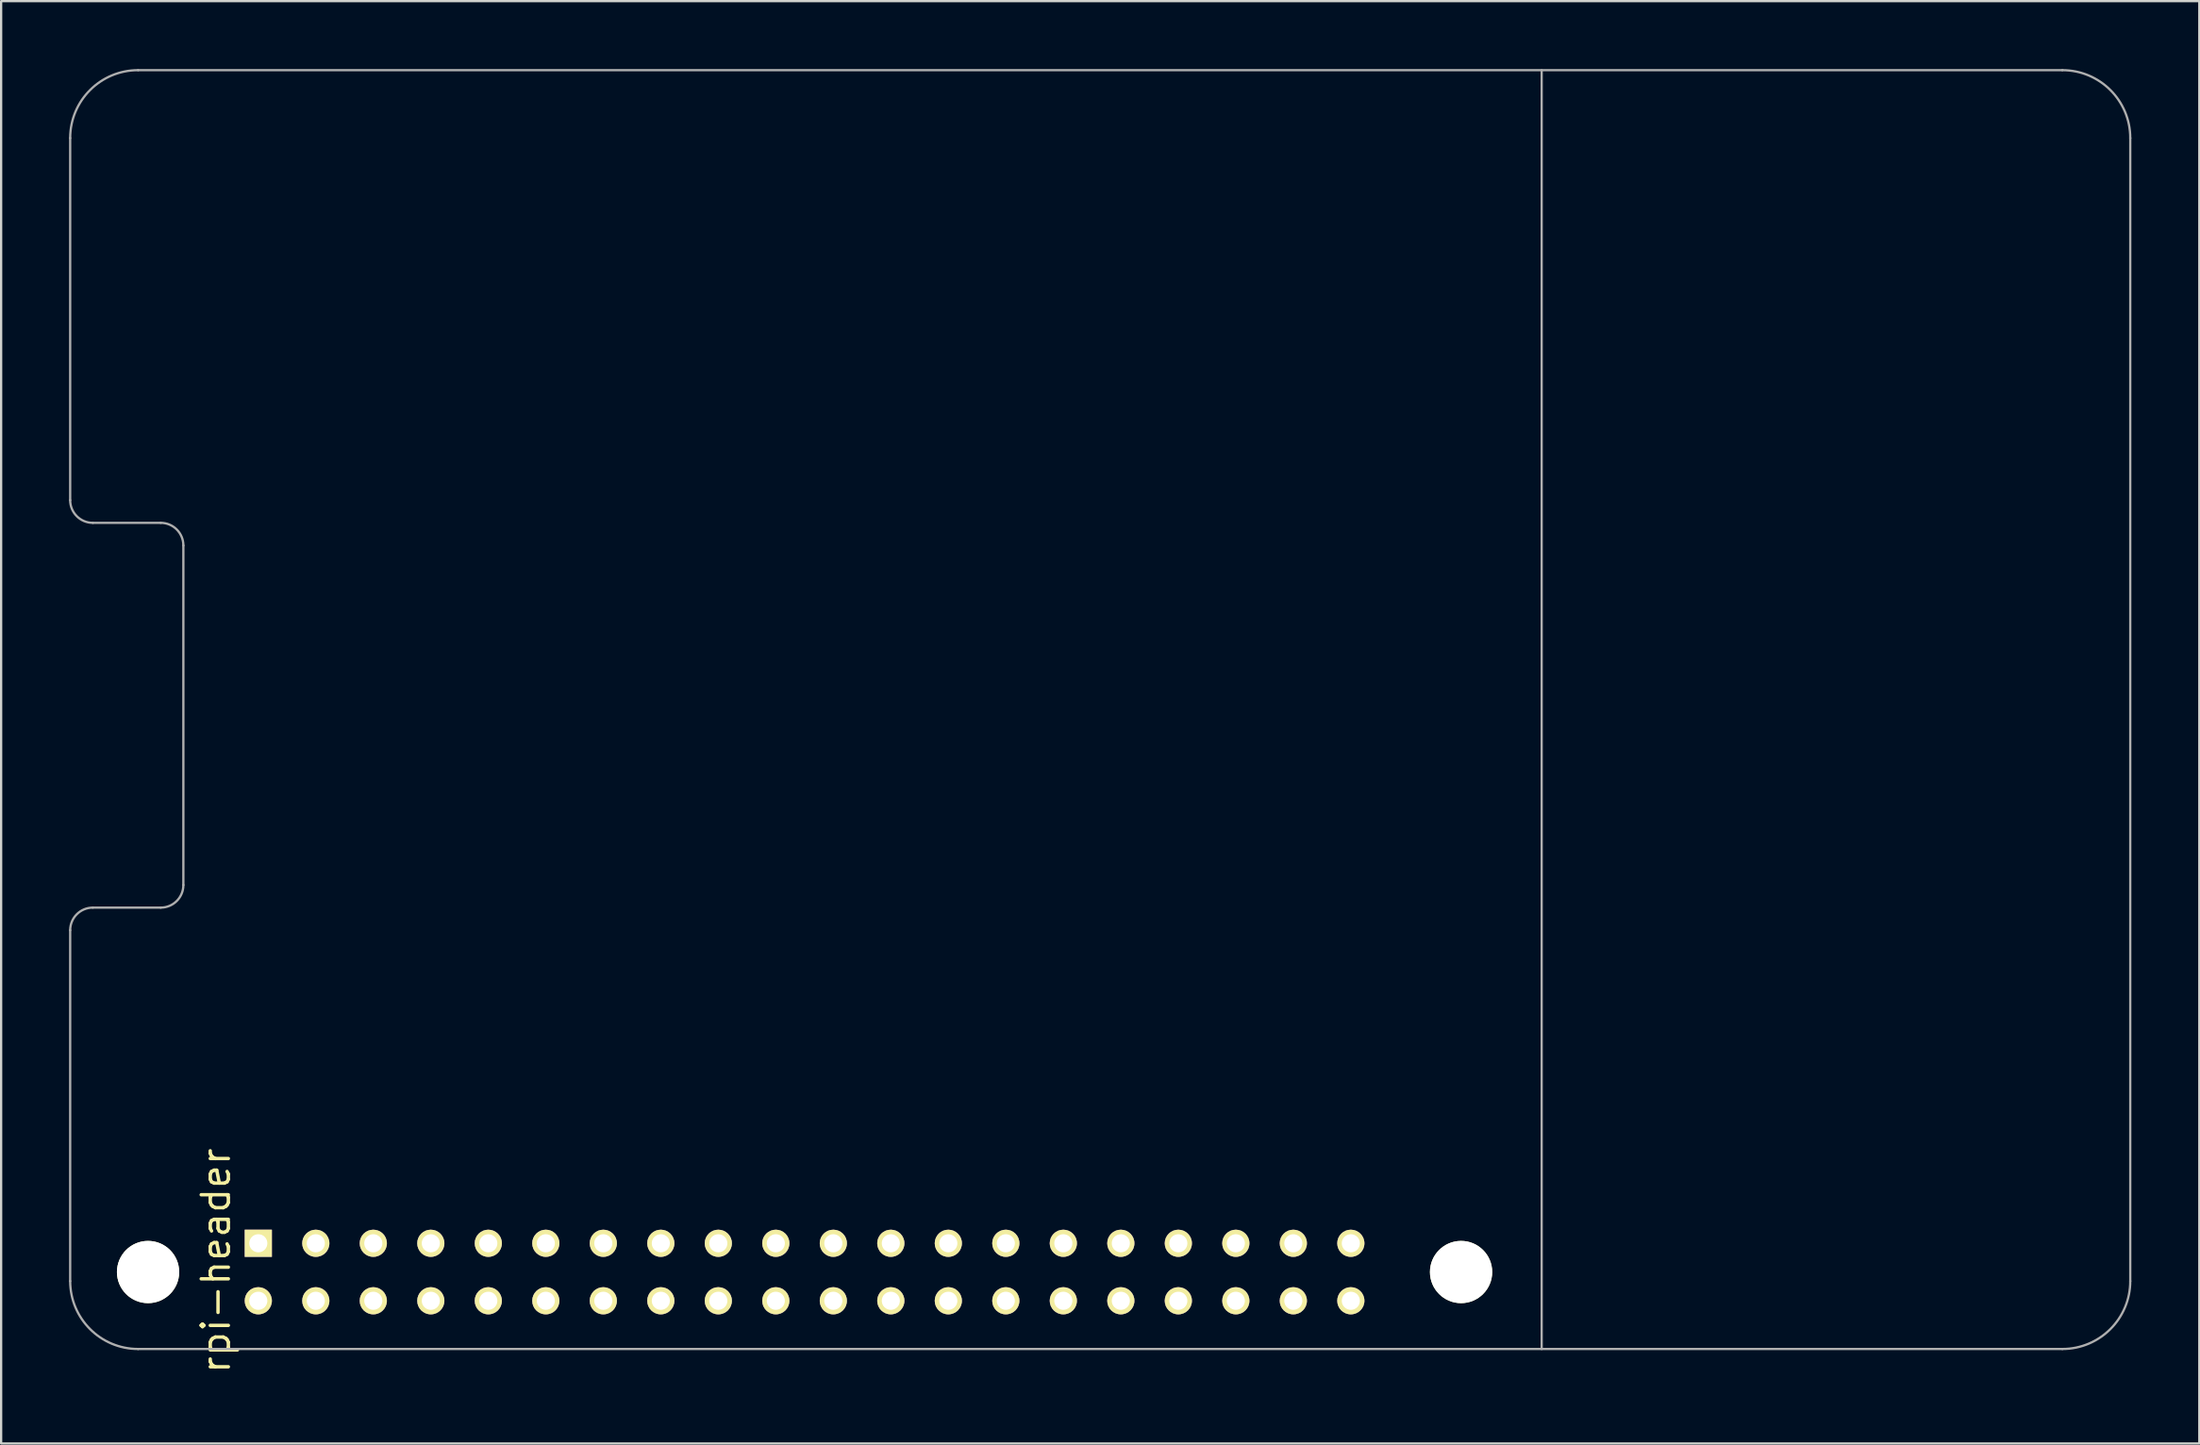
<source format=kicad_pcb>
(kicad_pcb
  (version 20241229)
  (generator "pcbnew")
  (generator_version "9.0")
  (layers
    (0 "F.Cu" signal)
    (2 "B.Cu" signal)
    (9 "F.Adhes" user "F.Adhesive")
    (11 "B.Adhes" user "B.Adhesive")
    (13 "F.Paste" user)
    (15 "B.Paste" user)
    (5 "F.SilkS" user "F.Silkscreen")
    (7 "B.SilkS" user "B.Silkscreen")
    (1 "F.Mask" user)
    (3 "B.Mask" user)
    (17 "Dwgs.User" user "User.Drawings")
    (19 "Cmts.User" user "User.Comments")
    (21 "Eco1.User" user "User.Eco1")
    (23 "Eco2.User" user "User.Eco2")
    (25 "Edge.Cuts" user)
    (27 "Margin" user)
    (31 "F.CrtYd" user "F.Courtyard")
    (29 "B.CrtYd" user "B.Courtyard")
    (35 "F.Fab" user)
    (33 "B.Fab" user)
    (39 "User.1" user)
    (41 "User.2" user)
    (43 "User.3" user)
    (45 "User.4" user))
  (footprint "rpi-header"
    (layer "F.Cu")
    (at 32.49 53.15)
    (property "Reference" "rpi-header" (at -26 -0.5 90) (layer "F.SilkS") (effects (font (size 1.2 1.2) (thickness 0.15))))
    (attr through_hole)
    (fp_line (start -32.44 -50.1) (end -32.44 -34.1) (stroke (width 0.1) (type solid)) (layer "F.Fab"))
    (fp_line (start -32.44 -15.1) (end -32.44 0.4) (stroke (width 0.1) (type solid)) (layer "F.Fab"))
    (fp_line (start -31.44 -33.1) (end -28.44 -33.1) (stroke (width 0.1) (type solid)) (layer "F.Fab"))
    (fp_line (start -31.44 -16.1) (end -28.44 -16.1) (stroke (width 0.1) (type solid)) (layer "F.Fab"))
    (fp_line (start -29.44 -53.1) (end 55.56 -53.1) (stroke (width 0.1) (type solid)) (layer "F.Fab"))
    (fp_line (start -29.44 3.4) (end 55.56 3.4) (stroke (width 0.1) (type solid)) (layer "F.Fab"))
    (fp_line (start -27.44 -32.1) (end -27.44 -17.1) (stroke (width 0.1) (type solid)) (layer "F.Fab"))
    (fp_line (start 32.56 -53.1) (end 32.56 3.4) (stroke (width 0.1) (type solid)) (layer "F.Fab"))
    (fp_line (start 58.56 -50.1) (end 58.56 0.4) (stroke (width 0.1) (type solid)) (layer "F.Fab"))
    (fp_arc (start -32.44 -50.1) (mid -31.56132 -52.22132) (end -29.44 -53.1) (stroke (width 0.1) (type solid)) (layer "F.Fab"))
    (fp_arc (start -32.44 -15.1) (mid -32.147107 -15.807107) (end -31.44 -16.1) (stroke (width 0.1) (type solid)) (layer "F.Fab"))
    (fp_arc (start -31.44 -33.1) (mid -32.147107 -33.392893) (end -32.44 -34.1) (stroke (width 0.1) (type solid)) (layer "F.Fab"))
    (fp_arc (start -29.44 3.4) (mid -31.56132 2.52132) (end -32.44 0.4) (stroke (width 0.1) (type solid)) (layer "F.Fab"))
    (fp_arc (start -28.44 -33.1) (mid -27.732893 -32.807107) (end -27.44 -32.1) (stroke (width 0.1) (type solid)) (layer "F.Fab"))
    (fp_arc (start -27.44 -17.1) (mid -27.732893 -16.392893) (end -28.44 -16.1) (stroke (width 0.1) (type solid)) (layer "F.Fab"))
    (fp_arc (start 55.56 -53.1) (mid 57.68132 -52.22132) (end 58.56 -50.1) (stroke (width 0.1) (type solid)) (layer "F.Fab"))
    (fp_arc (start 58.56 0.4) (mid 57.68132 2.52132) (end 55.56 3.4) (stroke (width 0.1) (type solid)) (layer "F.Fab"))
    (pad "" np_thru_hole circle (at -29 0) (size 2.75 2.75) (drill 2.75) (layers "*.Cu" "*.Mask" "F.SilkS"))
    (pad "" np_thru_hole circle (at 29 0) (size 2.75 2.75) (drill 2.75) (layers "*.Cu" "*.Mask" "F.SilkS"))
    (pad "1" thru_hole rect (at -24.13 -1.27) (size 1.2 1.2) (drill 0.8) (layers "*.Cu" "*.Mask" "F.SilkS"))
    (pad "2" thru_hole circle (at -24.13 1.27) (size 1.2 1.2) (drill 0.8) (layers "*.Cu" "*.Mask" "F.SilkS"))
    (pad "3" thru_hole circle (at -21.59 -1.27) (size 1.2 1.2) (drill 0.8) (layers "*.Cu" "*.Mask" "F.SilkS"))
    (pad "4" thru_hole circle (at -21.59 1.27) (size 1.2 1.2) (drill 0.8) (layers "*.Cu" "*.Mask" "F.SilkS"))
    (pad "5" thru_hole circle (at -19.05 -1.27) (size 1.2 1.2) (drill 0.8) (layers "*.Cu" "*.Mask" "F.SilkS"))
    (pad "6" thru_hole circle (at -19.05 1.27) (size 1.2 1.2) (drill 0.8) (layers "*.Cu" "*.Mask" "F.SilkS"))
    (pad "7" thru_hole circle (at -16.51 -1.27) (size 1.2 1.2) (drill 0.8) (layers "*.Cu" "*.Mask" "F.SilkS"))
    (pad "8" thru_hole circle (at -16.51 1.27) (size 1.2 1.2) (drill 0.8) (layers "*.Cu" "*.Mask" "F.SilkS"))
    (pad "9" thru_hole circle (at -13.97 -1.27) (size 1.2 1.2) (drill 0.8) (layers "*.Cu" "*.Mask" "F.SilkS"))
    (pad "10" thru_hole circle (at -13.97 1.27) (size 1.2 1.2) (drill 0.8) (layers "*.Cu" "*.Mask" "F.SilkS"))
    (pad "11" thru_hole circle (at -11.43 -1.27) (size 1.2 1.2) (drill 0.8) (layers "*.Cu" "*.Mask" "F.SilkS"))
    (pad "12" thru_hole circle (at -11.43 1.27) (size 1.2 1.2) (drill 0.8) (layers "*.Cu" "*.Mask" "F.SilkS"))
    (pad "13" thru_hole circle (at -8.89 -1.27) (size 1.2 1.2) (drill 0.8) (layers "*.Cu" "*.Mask" "F.SilkS"))
    (pad "14" thru_hole circle (at -8.89 1.27) (size 1.2 1.2) (drill 0.8) (layers "*.Cu" "*.Mask" "F.SilkS"))
    (pad "15" thru_hole circle (at -6.35 -1.27) (size 1.2 1.2) (drill 0.8) (layers "*.Cu" "*.Mask" "F.SilkS"))
    (pad "16" thru_hole circle (at -6.35 1.27) (size 1.2 1.2) (drill 0.8) (layers "*.Cu" "*.Mask" "F.SilkS"))
    (pad "17" thru_hole circle (at -3.81 -1.27) (size 1.2 1.2) (drill 0.8) (layers "*.Cu" "*.Mask" "F.SilkS"))
    (pad "18" thru_hole circle (at -3.81 1.27) (size 1.2 1.2) (drill 0.8) (layers "*.Cu" "*.Mask" "F.SilkS"))
    (pad "19" thru_hole circle (at -1.27 -1.27) (size 1.2 1.2) (drill 0.8) (layers "*.Cu" "*.Mask" "F.SilkS"))
    (pad "20" thru_hole circle (at -1.27 1.27) (size 1.2 1.2) (drill 0.8) (layers "*.Cu" "*.Mask" "F.SilkS"))
    (pad "21" thru_hole circle (at 1.27 -1.27) (size 1.2 1.2) (drill 0.8) (layers "*.Cu" "*.Mask" "F.SilkS"))
    (pad "22" thru_hole circle (at 1.27 1.27) (size 1.2 1.2) (drill 0.8) (layers "*.Cu" "*.Mask" "F.SilkS"))
    (pad "23" thru_hole circle (at 3.81 -1.27) (size 1.2 1.2) (drill 0.8) (layers "*.Cu" "*.Mask" "F.SilkS"))
    (pad "24" thru_hole circle (at 3.81 1.27) (size 1.2 1.2) (drill 0.8) (layers "*.Cu" "*.Mask" "F.SilkS"))
    (pad "25" thru_hole circle (at 6.35 -1.27) (size 1.2 1.2) (drill 0.8) (layers "*.Cu" "*.Mask" "F.SilkS"))
    (pad "26" thru_hole circle (at 6.35 1.27) (size 1.2 1.2) (drill 0.8) (layers "*.Cu" "*.Mask" "F.SilkS"))
    (pad "27" thru_hole circle (at 8.89 -1.27) (size 1.2 1.2) (drill 0.8) (layers "*.Cu" "*.Mask" "F.SilkS"))
    (pad "28" thru_hole circle (at 8.89 1.27) (size 1.2 1.2) (drill 0.8) (layers "*.Cu" "*.Mask" "F.SilkS"))
    (pad "29" thru_hole circle (at 11.43 -1.27) (size 1.2 1.2) (drill 0.8) (layers "*.Cu" "*.Mask" "F.SilkS"))
    (pad "30" thru_hole circle (at 11.43 1.27) (size 1.2 1.2) (drill 0.8) (layers "*.Cu" "*.Mask" "F.SilkS"))
    (pad "31" thru_hole circle (at 13.97 -1.27) (size 1.2 1.2) (drill 0.8) (layers "*.Cu" "*.Mask" "F.SilkS"))
    (pad "32" thru_hole circle (at 13.97 1.27) (size 1.2 1.2) (drill 0.8) (layers "*.Cu" "*.Mask" "F.SilkS"))
    (pad "33" thru_hole circle (at 16.51 -1.27) (size 1.2 1.2) (drill 0.8) (layers "*.Cu" "*.Mask" "F.SilkS"))
    (pad "34" thru_hole circle (at 16.51 1.27) (size 1.2 1.2) (drill 0.8) (layers "*.Cu" "*.Mask" "F.SilkS"))
    (pad "35" thru_hole circle (at 19.05 -1.27) (size 1.2 1.2) (drill 0.8) (layers "*.Cu" "*.Mask" "F.SilkS"))
    (pad "36" thru_hole circle (at 19.05 1.27) (size 1.2 1.2) (drill 0.8) (layers "*.Cu" "*.Mask" "F.SilkS"))
    (pad "37" thru_hole circle (at 21.59 -1.27) (size 1.2 1.2) (drill 0.8) (layers "*.Cu" "*.Mask" "F.SilkS"))
    (pad "38" thru_hole circle (at 21.59 1.27) (size 1.2 1.2) (drill 0.8) (layers "*.Cu" "*.Mask" "F.SilkS"))
    (pad "39" thru_hole circle (at 24.13 -1.27) (size 1.2 1.2) (drill 0.8) (layers "*.Cu" "*.Mask" "F.SilkS"))
    (pad "40" thru_hole circle (at 24.13 1.27) (size 1.2 1.2) (drill 0.8) (layers "*.Cu" "*.Mask" "F.SilkS")))
  (gr_rect
    (start -3 -3)
    (end 94.1 60.726)
    (stroke (width 0.1) (type default))
    (fill no)
    (layer "Edge.Cuts")))
</source>
